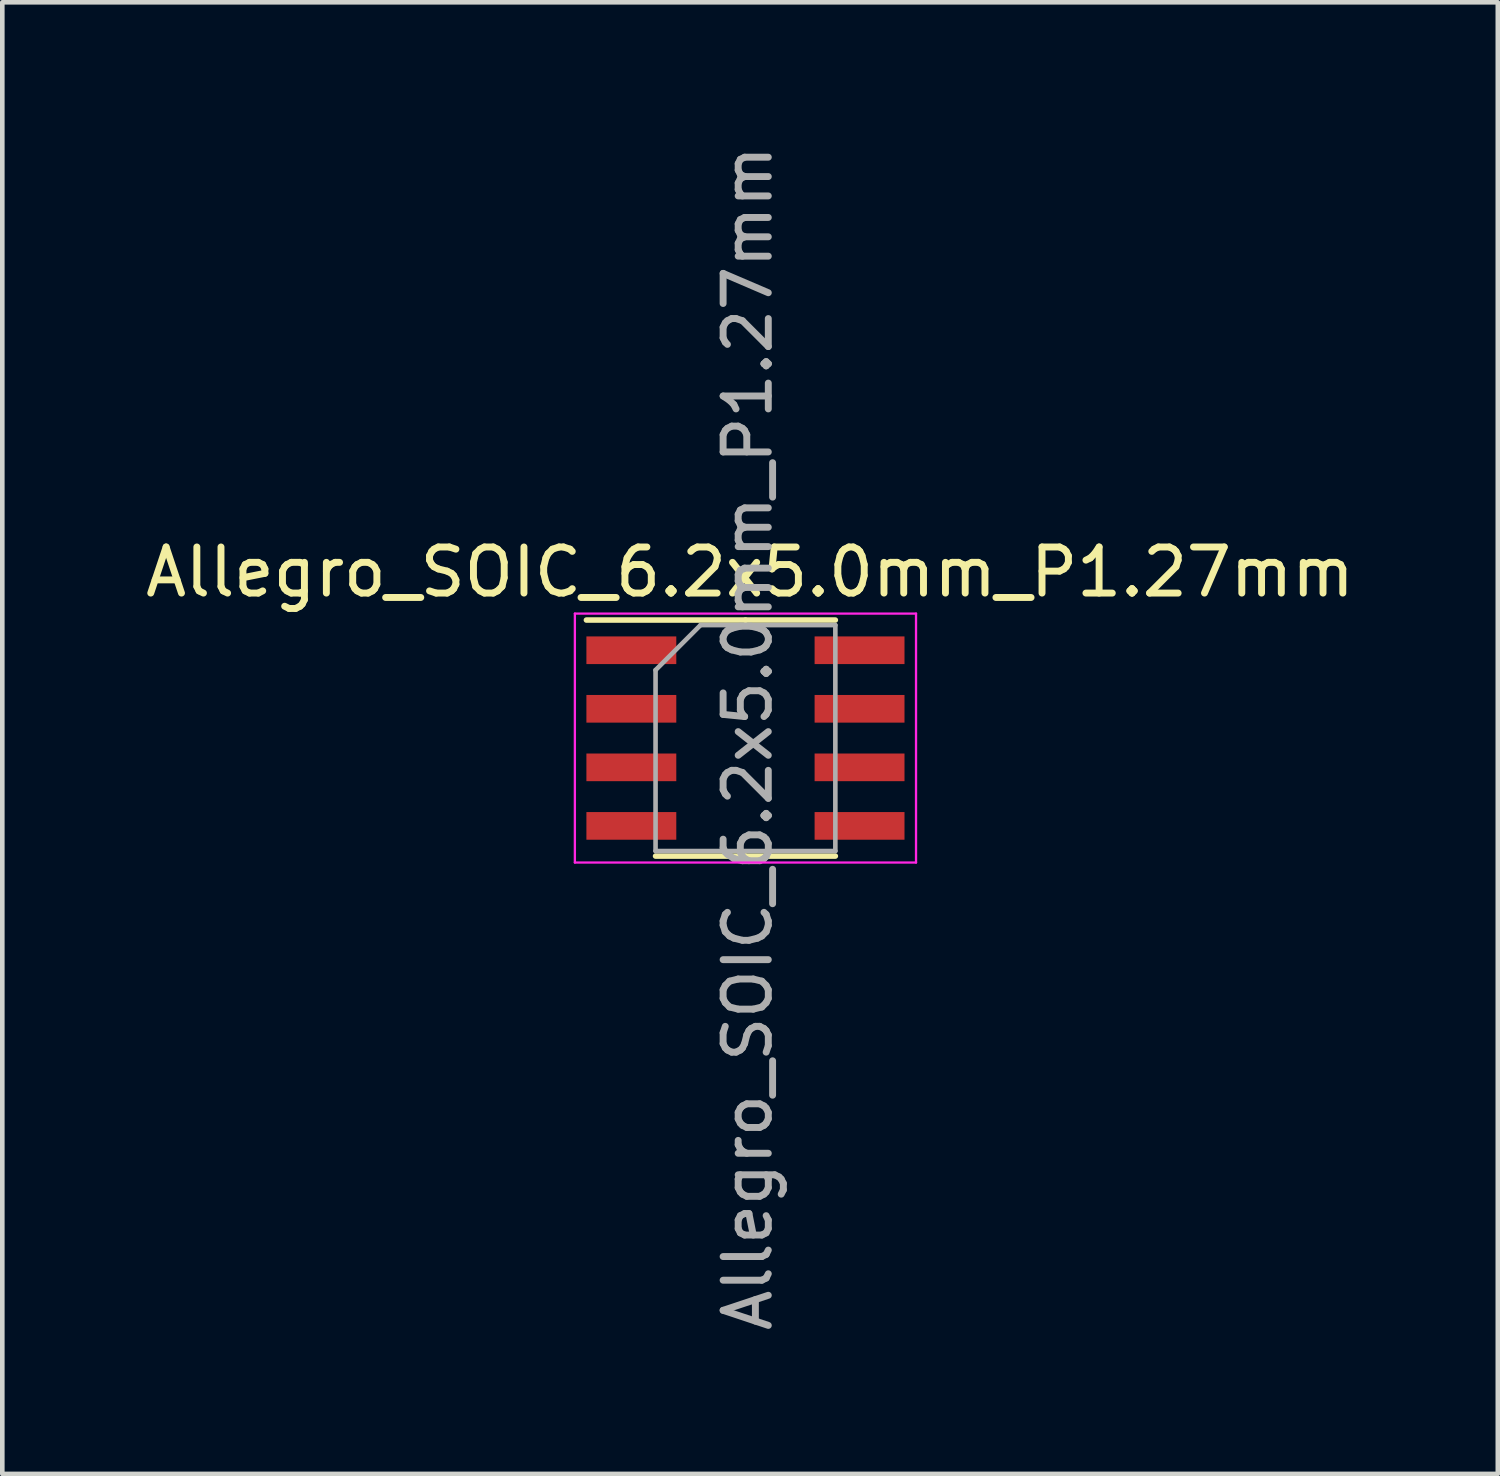
<source format=kicad_pcb>
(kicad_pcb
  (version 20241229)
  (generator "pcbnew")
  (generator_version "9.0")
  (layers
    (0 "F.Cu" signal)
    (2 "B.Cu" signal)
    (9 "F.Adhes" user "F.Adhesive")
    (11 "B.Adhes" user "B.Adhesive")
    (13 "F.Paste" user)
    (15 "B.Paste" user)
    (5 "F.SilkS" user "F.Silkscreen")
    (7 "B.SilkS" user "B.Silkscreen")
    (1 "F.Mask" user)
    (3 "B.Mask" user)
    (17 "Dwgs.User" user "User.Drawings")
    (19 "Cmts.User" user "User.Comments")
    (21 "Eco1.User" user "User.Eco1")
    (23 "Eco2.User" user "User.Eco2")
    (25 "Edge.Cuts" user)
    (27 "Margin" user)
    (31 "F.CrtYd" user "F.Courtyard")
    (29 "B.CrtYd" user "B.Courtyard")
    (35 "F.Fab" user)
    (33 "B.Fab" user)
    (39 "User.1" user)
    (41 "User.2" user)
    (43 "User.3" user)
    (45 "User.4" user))
  (footprint "Allegro_SOIC_6.2x5.0mm_P1.27mm"
    (layer "F.Cu")
    (at 13.17 12.91)
    (property "Reference" "Allegro_SOIC_6.2x5.0mm_P1.27mm" (at 0.05 -3.55 0) (layer "F.SilkS") (effects (font (size 1 1) (thickness 0.15))))
    (attr through_hole)
    (fp_line (start -0.05 -2.51) (end -3.5 -2.51) (stroke (width 0.12) (type solid)) (layer "F.SilkS"))
    (fp_line (start -0.05 -2.51) (end 1.9 -2.51) (stroke (width 0.12) (type solid)) (layer "F.SilkS"))
    (fp_line (start -0.05 2.61) (end -2 2.61) (stroke (width 0.12) (type solid)) (layer "F.SilkS"))
    (fp_line (start -0.05 2.61) (end 1.9 2.61) (stroke (width 0.12) (type solid)) (layer "F.SilkS"))
    (fp_line (start -3.75 -2.65) (end -3.75 2.75) (stroke (width 0.05) (type solid)) (layer "F.CrtYd"))
    (fp_line (start -3.75 2.75) (end 3.65 2.75) (stroke (width 0.05) (type solid)) (layer "F.CrtYd"))
    (fp_line (start 3.65 -2.65) (end -3.75 -2.65) (stroke (width 0.05) (type solid)) (layer "F.CrtYd"))
    (fp_line (start 3.65 2.75) (end 3.65 -2.65) (stroke (width 0.05) (type solid)) (layer "F.CrtYd"))
    (fp_line (start -2 -1.425) (end -1.025 -2.4) (stroke (width 0.1) (type solid)) (layer "F.Fab"))
    (fp_line (start -2 2.5) (end -2 -1.425) (stroke (width 0.1) (type solid)) (layer "F.Fab"))
    (fp_line (start -1.025 -2.4) (end 1.9 -2.4) (stroke (width 0.1) (type solid)) (layer "F.Fab"))
    (fp_line (start 1.9 -2.4) (end 1.9 2.5) (stroke (width 0.1) (type solid)) (layer "F.Fab"))
    (fp_line (start 1.9 2.5) (end -2 2.5) (stroke (width 0.1) (type solid)) (layer "F.Fab"))
    (fp_text user "${REFERENCE}" (at 0 0.05 90) (layer "F.Fab") (effects (font (size 0.98 0.98) (thickness 0.15))))
    (pad "1" smd rect (at -2.525 -1.855) (size 1.95 0.6) (layers "F.Cu" "F.Mask" "F.Paste"))
    (pad "1" smd rect (at -2.525 -0.585) (size 1.95 0.6) (layers "F.Cu" "F.Mask" "F.Paste"))
    (pad "3" smd rect (at -2.525 0.685) (size 1.95 0.6) (layers "F.Cu" "F.Mask" "F.Paste"))
    (pad "3" smd rect (at -2.525 1.955) (size 1.95 0.6) (layers "F.Cu" "F.Mask" "F.Paste"))
    (pad "5" smd rect (at 2.425 1.955) (size 1.95 0.6) (layers "F.Cu" "F.Mask" "F.Paste"))
    (pad "6" smd rect (at 2.425 0.685) (size 1.95 0.6) (layers "F.Cu" "F.Mask" "F.Paste"))
    (pad "7" smd rect (at 2.425 -0.585) (size 1.95 0.6) (layers "F.Cu" "F.Mask" "F.Paste"))
    (pad "8" smd rect (at 2.425 -1.855) (size 1.95 0.6) (layers "F.Cu" "F.Mask" "F.Paste")))
  (gr_rect
    (start -3 -3)
    (end 29.44 28.921)
    (stroke (width 0.1) (type default))
    (fill no)
    (layer "Edge.Cuts")))
</source>
